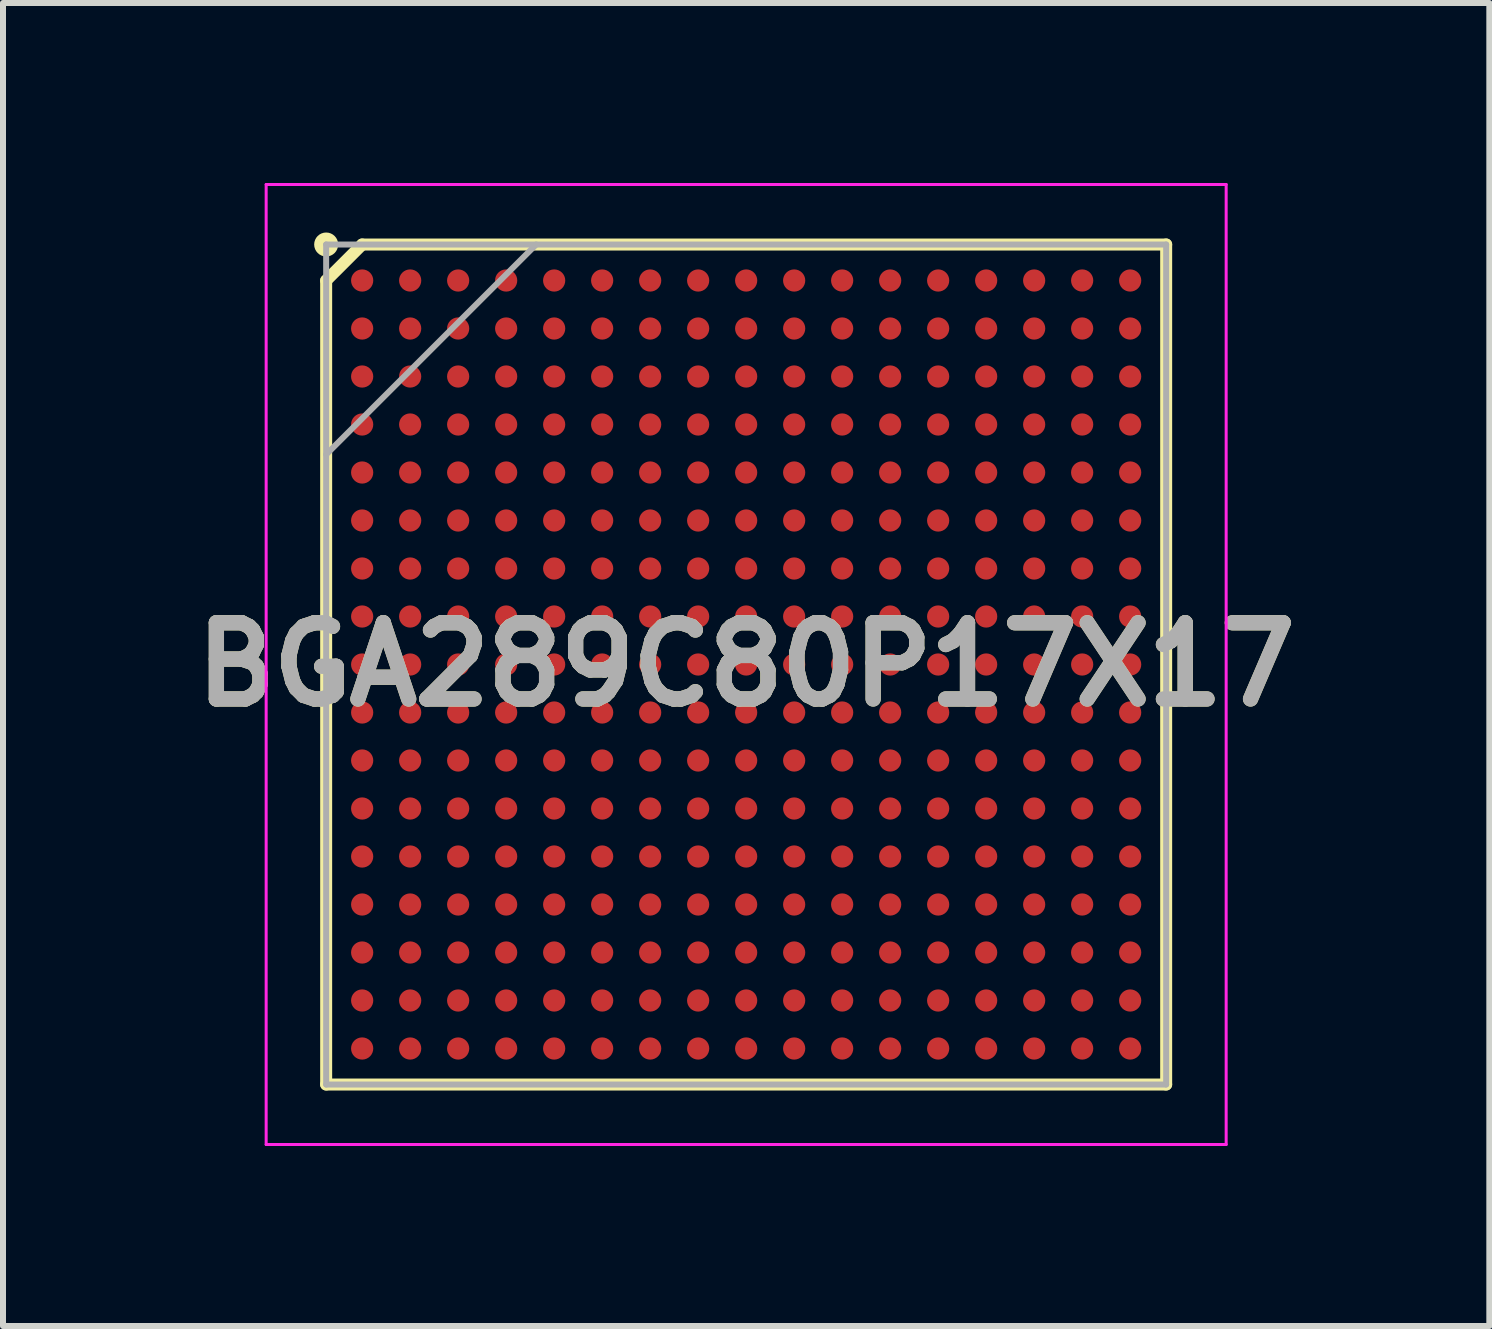
<source format=kicad_pcb>
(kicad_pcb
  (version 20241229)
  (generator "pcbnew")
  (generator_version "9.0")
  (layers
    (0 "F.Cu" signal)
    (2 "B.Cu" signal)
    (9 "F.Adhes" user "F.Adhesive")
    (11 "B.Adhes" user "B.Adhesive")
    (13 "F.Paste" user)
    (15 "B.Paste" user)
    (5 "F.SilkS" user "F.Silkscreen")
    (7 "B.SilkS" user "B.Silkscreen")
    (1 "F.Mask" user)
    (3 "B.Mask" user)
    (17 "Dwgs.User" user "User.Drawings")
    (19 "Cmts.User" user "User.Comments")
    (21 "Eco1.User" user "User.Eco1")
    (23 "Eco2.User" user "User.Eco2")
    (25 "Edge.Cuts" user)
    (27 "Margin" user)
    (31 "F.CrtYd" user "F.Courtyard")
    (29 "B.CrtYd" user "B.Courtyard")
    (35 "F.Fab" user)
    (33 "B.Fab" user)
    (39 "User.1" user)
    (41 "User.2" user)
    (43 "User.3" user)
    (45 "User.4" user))
  (footprint "BGA289C80P17X17"
    (layer "F.Cu")
    (at 9.386 8.025)
    (property "Reference" "BGA289C80P17X17" (at 0 0 0) (layer "F.SilkS") (effects (font (size 1.27 1.27) (thickness 0.254))))
    (attr smd)
    (fp_line (start -7 -6.4) (end -6.4 -7) (stroke (width 0.2) (type solid)) (layer "F.SilkS"))
    (fp_line (start -7 7) (end -7 -6.4) (stroke (width 0.2) (type solid)) (layer "F.SilkS"))
    (fp_line (start -6.4 -7) (end 7 -7) (stroke (width 0.2) (type solid)) (layer "F.SilkS"))
    (fp_line (start 7 -7) (end 7 7) (stroke (width 0.2) (type solid)) (layer "F.SilkS"))
    (fp_line (start 7 7) (end -7 7) (stroke (width 0.2) (type solid)) (layer "F.SilkS"))
    (fp_circle (center -7 -7) (end -7 -6.9) (stroke (width 0.2) (type solid)) (fill no) (layer "F.SilkS"))
    (fp_line (start -8 -8) (end 8 -8) (stroke (width 0.05) (type solid)) (layer "F.CrtYd"))
    (fp_line (start -8 8) (end -8 -8) (stroke (width 0.05) (type solid)) (layer "F.CrtYd"))
    (fp_line (start 8 -8) (end 8 8) (stroke (width 0.05) (type solid)) (layer "F.CrtYd"))
    (fp_line (start 8 8) (end -8 8) (stroke (width 0.05) (type solid)) (layer "F.CrtYd"))
    (fp_line (start -7 -7) (end 7 -7) (stroke (width 0.1) (type solid)) (layer "F.Fab"))
    (fp_line (start -7 -3.5) (end -3.5 -7) (stroke (width 0.1) (type solid)) (layer "F.Fab"))
    (fp_line (start -7 7) (end -7 -7) (stroke (width 0.1) (type solid)) (layer "F.Fab"))
    (fp_line (start 7 -7) (end 7 7) (stroke (width 0.1) (type solid)) (layer "F.Fab"))
    (fp_line (start 7 7) (end -7 7) (stroke (width 0.1) (type solid)) (layer "F.Fab"))
    (fp_text user "${REFERENCE}" (at 0 0 0) (layer "F.Fab") (effects (font (size 1.27 1.27) (thickness 0.254))))
    (pad "A1" smd circle (at -6.4 -6.4 90) (size 0.37 0.37) (layers "F.Cu" "F.Mask" "F.Paste"))
    (pad "A2" smd circle (at -5.6 -6.4 90) (size 0.37 0.37) (layers "F.Cu" "F.Mask" "F.Paste"))
    (pad "A3" smd circle (at -4.8 -6.4 90) (size 0.37 0.37) (layers "F.Cu" "F.Mask" "F.Paste"))
    (pad "A4" smd circle (at -4 -6.4 90) (size 0.37 0.37) (layers "F.Cu" "F.Mask" "F.Paste"))
    (pad "A5" smd circle (at -3.2 -6.4 90) (size 0.37 0.37) (layers "F.Cu" "F.Mask" "F.Paste"))
    (pad "A6" smd circle (at -2.4 -6.4 90) (size 0.37 0.37) (layers "F.Cu" "F.Mask" "F.Paste"))
    (pad "A7" smd circle (at -1.6 -6.4 90) (size 0.37 0.37) (layers "F.Cu" "F.Mask" "F.Paste"))
    (pad "A8" smd circle (at -0.8 -6.4 90) (size 0.37 0.37) (layers "F.Cu" "F.Mask" "F.Paste"))
    (pad "A9" smd circle (at 0 -6.4 90) (size 0.37 0.37) (layers "F.Cu" "F.Mask" "F.Paste"))
    (pad "A10" smd circle (at 0.8 -6.4 90) (size 0.37 0.37) (layers "F.Cu" "F.Mask" "F.Paste"))
    (pad "A11" smd circle (at 1.6 -6.4 90) (size 0.37 0.37) (layers "F.Cu" "F.Mask" "F.Paste"))
    (pad "A12" smd circle (at 2.4 -6.4 90) (size 0.37 0.37) (layers "F.Cu" "F.Mask" "F.Paste"))
    (pad "A13" smd circle (at 3.2 -6.4 90) (size 0.37 0.37) (layers "F.Cu" "F.Mask" "F.Paste"))
    (pad "A14" smd circle (at 4 -6.4 90) (size 0.37 0.37) (layers "F.Cu" "F.Mask" "F.Paste"))
    (pad "A15" smd circle (at 4.8 -6.4 90) (size 0.37 0.37) (layers "F.Cu" "F.Mask" "F.Paste"))
    (pad "A16" smd circle (at 5.6 -6.4 90) (size 0.37 0.37) (layers "F.Cu" "F.Mask" "F.Paste"))
    (pad "A17" smd circle (at 6.4 -6.4 90) (size 0.37 0.37) (layers "F.Cu" "F.Mask" "F.Paste"))
    (pad "B1" smd circle (at -6.4 -5.6 90) (size 0.37 0.37) (layers "F.Cu" "F.Mask" "F.Paste"))
    (pad "B2" smd circle (at -5.6 -5.6 90) (size 0.37 0.37) (layers "F.Cu" "F.Mask" "F.Paste"))
    (pad "B3" smd circle (at -4.8 -5.6 90) (size 0.37 0.37) (layers "F.Cu" "F.Mask" "F.Paste"))
    (pad "B4" smd circle (at -4 -5.6 90) (size 0.37 0.37) (layers "F.Cu" "F.Mask" "F.Paste"))
    (pad "B5" smd circle (at -3.2 -5.6 90) (size 0.37 0.37) (layers "F.Cu" "F.Mask" "F.Paste"))
    (pad "B6" smd circle (at -2.4 -5.6 90) (size 0.37 0.37) (layers "F.Cu" "F.Mask" "F.Paste"))
    (pad "B7" smd circle (at -1.6 -5.6 90) (size 0.37 0.37) (layers "F.Cu" "F.Mask" "F.Paste"))
    (pad "B8" smd circle (at -0.8 -5.6 90) (size 0.37 0.37) (layers "F.Cu" "F.Mask" "F.Paste"))
    (pad "B9" smd circle (at 0 -5.6 90) (size 0.37 0.37) (layers "F.Cu" "F.Mask" "F.Paste"))
    (pad "B10" smd circle (at 0.8 -5.6 90) (size 0.37 0.37) (layers "F.Cu" "F.Mask" "F.Paste"))
    (pad "B11" smd circle (at 1.6 -5.6 90) (size 0.37 0.37) (layers "F.Cu" "F.Mask" "F.Paste"))
    (pad "B12" smd circle (at 2.4 -5.6 90) (size 0.37 0.37) (layers "F.Cu" "F.Mask" "F.Paste"))
    (pad "B13" smd circle (at 3.2 -5.6 90) (size 0.37 0.37) (layers "F.Cu" "F.Mask" "F.Paste"))
    (pad "B14" smd circle (at 4 -5.6 90) (size 0.37 0.37) (layers "F.Cu" "F.Mask" "F.Paste"))
    (pad "B15" smd circle (at 4.8 -5.6 90) (size 0.37 0.37) (layers "F.Cu" "F.Mask" "F.Paste"))
    (pad "B16" smd circle (at 5.6 -5.6 90) (size 0.37 0.37) (layers "F.Cu" "F.Mask" "F.Paste"))
    (pad "B17" smd circle (at 6.4 -5.6 90) (size 0.37 0.37) (layers "F.Cu" "F.Mask" "F.Paste"))
    (pad "C1" smd circle (at -6.4 -4.8 90) (size 0.37 0.37) (layers "F.Cu" "F.Mask" "F.Paste"))
    (pad "C2" smd circle (at -5.6 -4.8 90) (size 0.37 0.37) (layers "F.Cu" "F.Mask" "F.Paste"))
    (pad "C3" smd circle (at -4.8 -4.8 90) (size 0.37 0.37) (layers "F.Cu" "F.Mask" "F.Paste"))
    (pad "C4" smd circle (at -4 -4.8 90) (size 0.37 0.37) (layers "F.Cu" "F.Mask" "F.Paste"))
    (pad "C5" smd circle (at -3.2 -4.8 90) (size 0.37 0.37) (layers "F.Cu" "F.Mask" "F.Paste"))
    (pad "C6" smd circle (at -2.4 -4.8 90) (size 0.37 0.37) (layers "F.Cu" "F.Mask" "F.Paste"))
    (pad "C7" smd circle (at -1.6 -4.8 90) (size 0.37 0.37) (layers "F.Cu" "F.Mask" "F.Paste"))
    (pad "C8" smd circle (at -0.8 -4.8 90) (size 0.37 0.37) (layers "F.Cu" "F.Mask" "F.Paste"))
    (pad "C9" smd circle (at 0 -4.8 90) (size 0.37 0.37) (layers "F.Cu" "F.Mask" "F.Paste"))
    (pad "C10" smd circle (at 0.8 -4.8 90) (size 0.37 0.37) (layers "F.Cu" "F.Mask" "F.Paste"))
    (pad "C11" smd circle (at 1.6 -4.8 90) (size 0.37 0.37) (layers "F.Cu" "F.Mask" "F.Paste"))
    (pad "C12" smd circle (at 2.4 -4.8 90) (size 0.37 0.37) (layers "F.Cu" "F.Mask" "F.Paste"))
    (pad "C13" smd circle (at 3.2 -4.8 90) (size 0.37 0.37) (layers "F.Cu" "F.Mask" "F.Paste"))
    (pad "C14" smd circle (at 4 -4.8 90) (size 0.37 0.37) (layers "F.Cu" "F.Mask" "F.Paste"))
    (pad "C15" smd circle (at 4.8 -4.8 90) (size 0.37 0.37) (layers "F.Cu" "F.Mask" "F.Paste"))
    (pad "C16" smd circle (at 5.6 -4.8 90) (size 0.37 0.37) (layers "F.Cu" "F.Mask" "F.Paste"))
    (pad "C17" smd circle (at 6.4 -4.8 90) (size 0.37 0.37) (layers "F.Cu" "F.Mask" "F.Paste"))
    (pad "D1" smd circle (at -6.4 -4 90) (size 0.37 0.37) (layers "F.Cu" "F.Mask" "F.Paste"))
    (pad "D2" smd circle (at -5.6 -4 90) (size 0.37 0.37) (layers "F.Cu" "F.Mask" "F.Paste"))
    (pad "D3" smd circle (at -4.8 -4 90) (size 0.37 0.37) (layers "F.Cu" "F.Mask" "F.Paste"))
    (pad "D4" smd circle (at -4 -4 90) (size 0.37 0.37) (layers "F.Cu" "F.Mask" "F.Paste"))
    (pad "D5" smd circle (at -3.2 -4 90) (size 0.37 0.37) (layers "F.Cu" "F.Mask" "F.Paste"))
    (pad "D6" smd circle (at -2.4 -4 90) (size 0.37 0.37) (layers "F.Cu" "F.Mask" "F.Paste"))
    (pad "D7" smd circle (at -1.6 -4 90) (size 0.37 0.37) (layers "F.Cu" "F.Mask" "F.Paste"))
    (pad "D8" smd circle (at -0.8 -4 90) (size 0.37 0.37) (layers "F.Cu" "F.Mask" "F.Paste"))
    (pad "D9" smd circle (at 0 -4 90) (size 0.37 0.37) (layers "F.Cu" "F.Mask" "F.Paste"))
    (pad "D10" smd circle (at 0.8 -4 90) (size 0.37 0.37) (layers "F.Cu" "F.Mask" "F.Paste"))
    (pad "D11" smd circle (at 1.6 -4 90) (size 0.37 0.37) (layers "F.Cu" "F.Mask" "F.Paste"))
    (pad "D12" smd circle (at 2.4 -4 90) (size 0.37 0.37) (layers "F.Cu" "F.Mask" "F.Paste"))
    (pad "D13" smd circle (at 3.2 -4 90) (size 0.37 0.37) (layers "F.Cu" "F.Mask" "F.Paste"))
    (pad "D14" smd circle (at 4 -4 90) (size 0.37 0.37) (layers "F.Cu" "F.Mask" "F.Paste"))
    (pad "D15" smd circle (at 4.8 -4 90) (size 0.37 0.37) (layers "F.Cu" "F.Mask" "F.Paste"))
    (pad "D16" smd circle (at 5.6 -4 90) (size 0.37 0.37) (layers "F.Cu" "F.Mask" "F.Paste"))
    (pad "D17" smd circle (at 6.4 -4 90) (size 0.37 0.37) (layers "F.Cu" "F.Mask" "F.Paste"))
    (pad "E1" smd circle (at -6.4 -3.2 90) (size 0.37 0.37) (layers "F.Cu" "F.Mask" "F.Paste"))
    (pad "E2" smd circle (at -5.6 -3.2 90) (size 0.37 0.37) (layers "F.Cu" "F.Mask" "F.Paste"))
    (pad "E3" smd circle (at -4.8 -3.2 90) (size 0.37 0.37) (layers "F.Cu" "F.Mask" "F.Paste"))
    (pad "E4" smd circle (at -4 -3.2 90) (size 0.37 0.37) (layers "F.Cu" "F.Mask" "F.Paste"))
    (pad "E5" smd circle (at -3.2 -3.2 90) (size 0.37 0.37) (layers "F.Cu" "F.Mask" "F.Paste"))
    (pad "E6" smd circle (at -2.4 -3.2 90) (size 0.37 0.37) (layers "F.Cu" "F.Mask" "F.Paste"))
    (pad "E7" smd circle (at -1.6 -3.2 90) (size 0.37 0.37) (layers "F.Cu" "F.Mask" "F.Paste"))
    (pad "E8" smd circle (at -0.8 -3.2 90) (size 0.37 0.37) (layers "F.Cu" "F.Mask" "F.Paste"))
    (pad "E9" smd circle (at 0 -3.2 90) (size 0.37 0.37) (layers "F.Cu" "F.Mask" "F.Paste"))
    (pad "E10" smd circle (at 0.8 -3.2 90) (size 0.37 0.37) (layers "F.Cu" "F.Mask" "F.Paste"))
    (pad "E11" smd circle (at 1.6 -3.2 90) (size 0.37 0.37) (layers "F.Cu" "F.Mask" "F.Paste"))
    (pad "E12" smd circle (at 2.4 -3.2 90) (size 0.37 0.37) (layers "F.Cu" "F.Mask" "F.Paste"))
    (pad "E13" smd circle (at 3.2 -3.2 90) (size 0.37 0.37) (layers "F.Cu" "F.Mask" "F.Paste"))
    (pad "E14" smd circle (at 4 -3.2 90) (size 0.37 0.37) (layers "F.Cu" "F.Mask" "F.Paste"))
    (pad "E15" smd circle (at 4.8 -3.2 90) (size 0.37 0.37) (layers "F.Cu" "F.Mask" "F.Paste"))
    (pad "E16" smd circle (at 5.6 -3.2 90) (size 0.37 0.37) (layers "F.Cu" "F.Mask" "F.Paste"))
    (pad "E17" smd circle (at 6.4 -3.2 90) (size 0.37 0.37) (layers "F.Cu" "F.Mask" "F.Paste"))
    (pad "F1" smd circle (at -6.4 -2.4 90) (size 0.37 0.37) (layers "F.Cu" "F.Mask" "F.Paste"))
    (pad "F2" smd circle (at -5.6 -2.4 90) (size 0.37 0.37) (layers "F.Cu" "F.Mask" "F.Paste"))
    (pad "F3" smd circle (at -4.8 -2.4 90) (size 0.37 0.37) (layers "F.Cu" "F.Mask" "F.Paste"))
    (pad "F4" smd circle (at -4 -2.4 90) (size 0.37 0.37) (layers "F.Cu" "F.Mask" "F.Paste"))
    (pad "F5" smd circle (at -3.2 -2.4 90) (size 0.37 0.37) (layers "F.Cu" "F.Mask" "F.Paste"))
    (pad "F6" smd circle (at -2.4 -2.4 90) (size 0.37 0.37) (layers "F.Cu" "F.Mask" "F.Paste"))
    (pad "F7" smd circle (at -1.6 -2.4 90) (size 0.37 0.37) (layers "F.Cu" "F.Mask" "F.Paste"))
    (pad "F8" smd circle (at -0.8 -2.4 90) (size 0.37 0.37) (layers "F.Cu" "F.Mask" "F.Paste"))
    (pad "F9" smd circle (at 0 -2.4 90) (size 0.37 0.37) (layers "F.Cu" "F.Mask" "F.Paste"))
    (pad "F10" smd circle (at 0.8 -2.4 90) (size 0.37 0.37) (layers "F.Cu" "F.Mask" "F.Paste"))
    (pad "F11" smd circle (at 1.6 -2.4 90) (size 0.37 0.37) (layers "F.Cu" "F.Mask" "F.Paste"))
    (pad "F12" smd circle (at 2.4 -2.4 90) (size 0.37 0.37) (layers "F.Cu" "F.Mask" "F.Paste"))
    (pad "F13" smd circle (at 3.2 -2.4 90) (size 0.37 0.37) (layers "F.Cu" "F.Mask" "F.Paste"))
    (pad "F14" smd circle (at 4 -2.4 90) (size 0.37 0.37) (layers "F.Cu" "F.Mask" "F.Paste"))
    (pad "F15" smd circle (at 4.8 -2.4 90) (size 0.37 0.37) (layers "F.Cu" "F.Mask" "F.Paste"))
    (pad "F16" smd circle (at 5.6 -2.4 90) (size 0.37 0.37) (layers "F.Cu" "F.Mask" "F.Paste"))
    (pad "F17" smd circle (at 6.4 -2.4 90) (size 0.37 0.37) (layers "F.Cu" "F.Mask" "F.Paste"))
    (pad "G1" smd circle (at -6.4 -1.6 90) (size 0.37 0.37) (layers "F.Cu" "F.Mask" "F.Paste"))
    (pad "G2" smd circle (at -5.6 -1.6 90) (size 0.37 0.37) (layers "F.Cu" "F.Mask" "F.Paste"))
    (pad "G3" smd circle (at -4.8 -1.6 90) (size 0.37 0.37) (layers "F.Cu" "F.Mask" "F.Paste"))
    (pad "G4" smd circle (at -4 -1.6 90) (size 0.37 0.37) (layers "F.Cu" "F.Mask" "F.Paste"))
    (pad "G5" smd circle (at -3.2 -1.6 90) (size 0.37 0.37) (layers "F.Cu" "F.Mask" "F.Paste"))
    (pad "G6" smd circle (at -2.4 -1.6 90) (size 0.37 0.37) (layers "F.Cu" "F.Mask" "F.Paste"))
    (pad "G7" smd circle (at -1.6 -1.6 90) (size 0.37 0.37) (layers "F.Cu" "F.Mask" "F.Paste"))
    (pad "G8" smd circle (at -0.8 -1.6 90) (size 0.37 0.37) (layers "F.Cu" "F.Mask" "F.Paste"))
    (pad "G9" smd circle (at 0 -1.6 90) (size 0.37 0.37) (layers "F.Cu" "F.Mask" "F.Paste"))
    (pad "G10" smd circle (at 0.8 -1.6 90) (size 0.37 0.37) (layers "F.Cu" "F.Mask" "F.Paste"))
    (pad "G11" smd circle (at 1.6 -1.6 90) (size 0.37 0.37) (layers "F.Cu" "F.Mask" "F.Paste"))
    (pad "G12" smd circle (at 2.4 -1.6 90) (size 0.37 0.37) (layers "F.Cu" "F.Mask" "F.Paste"))
    (pad "G13" smd circle (at 3.2 -1.6 90) (size 0.37 0.37) (layers "F.Cu" "F.Mask" "F.Paste"))
    (pad "G14" smd circle (at 4 -1.6 90) (size 0.37 0.37) (layers "F.Cu" "F.Mask" "F.Paste"))
    (pad "G15" smd circle (at 4.8 -1.6 90) (size 0.37 0.37) (layers "F.Cu" "F.Mask" "F.Paste"))
    (pad "G16" smd circle (at 5.6 -1.6 90) (size 0.37 0.37) (layers "F.Cu" "F.Mask" "F.Paste"))
    (pad "G17" smd circle (at 6.4 -1.6 90) (size 0.37 0.37) (layers "F.Cu" "F.Mask" "F.Paste"))
    (pad "H1" smd circle (at -6.4 -0.8 90) (size 0.37 0.37) (layers "F.Cu" "F.Mask" "F.Paste"))
    (pad "H2" smd circle (at -5.6 -0.8 90) (size 0.37 0.37) (layers "F.Cu" "F.Mask" "F.Paste"))
    (pad "H3" smd circle (at -4.8 -0.8 90) (size 0.37 0.37) (layers "F.Cu" "F.Mask" "F.Paste"))
    (pad "H4" smd circle (at -4 -0.8 90) (size 0.37 0.37) (layers "F.Cu" "F.Mask" "F.Paste"))
    (pad "H5" smd circle (at -3.2 -0.8 90) (size 0.37 0.37) (layers "F.Cu" "F.Mask" "F.Paste"))
    (pad "H6" smd circle (at -2.4 -0.8 90) (size 0.37 0.37) (layers "F.Cu" "F.Mask" "F.Paste"))
    (pad "H7" smd circle (at -1.6 -0.8 90) (size 0.37 0.37) (layers "F.Cu" "F.Mask" "F.Paste"))
    (pad "H8" smd circle (at -0.8 -0.8 90) (size 0.37 0.37) (layers "F.Cu" "F.Mask" "F.Paste"))
    (pad "H9" smd circle (at 0 -0.8 90) (size 0.37 0.37) (layers "F.Cu" "F.Mask" "F.Paste"))
    (pad "H10" smd circle (at 0.8 -0.8 90) (size 0.37 0.37) (layers "F.Cu" "F.Mask" "F.Paste"))
    (pad "H11" smd circle (at 1.6 -0.8 90) (size 0.37 0.37) (layers "F.Cu" "F.Mask" "F.Paste"))
    (pad "H12" smd circle (at 2.4 -0.8 90) (size 0.37 0.37) (layers "F.Cu" "F.Mask" "F.Paste"))
    (pad "H13" smd circle (at 3.2 -0.8 90) (size 0.37 0.37) (layers "F.Cu" "F.Mask" "F.Paste"))
    (pad "H14" smd circle (at 4 -0.8 90) (size 0.37 0.37) (layers "F.Cu" "F.Mask" "F.Paste"))
    (pad "H15" smd circle (at 4.8 -0.8 90) (size 0.37 0.37) (layers "F.Cu" "F.Mask" "F.Paste"))
    (pad "H16" smd circle (at 5.6 -0.8 90) (size 0.37 0.37) (layers "F.Cu" "F.Mask" "F.Paste"))
    (pad "H17" smd circle (at 6.4 -0.8 90) (size 0.37 0.37) (layers "F.Cu" "F.Mask" "F.Paste"))
    (pad "J1" smd circle (at -6.4 0 90) (size 0.37 0.37) (layers "F.Cu" "F.Mask" "F.Paste"))
    (pad "J2" smd circle (at -5.6 0 90) (size 0.37 0.37) (layers "F.Cu" "F.Mask" "F.Paste"))
    (pad "J3" smd circle (at -4.8 0 90) (size 0.37 0.37) (layers "F.Cu" "F.Mask" "F.Paste"))
    (pad "J4" smd circle (at -4 0 90) (size 0.37 0.37) (layers "F.Cu" "F.Mask" "F.Paste"))
    (pad "J5" smd circle (at -3.2 0 90) (size 0.37 0.37) (layers "F.Cu" "F.Mask" "F.Paste"))
    (pad "J6" smd circle (at -2.4 0 90) (size 0.37 0.37) (layers "F.Cu" "F.Mask" "F.Paste"))
    (pad "J7" smd circle (at -1.6 0 90) (size 0.37 0.37) (layers "F.Cu" "F.Mask" "F.Paste"))
    (pad "J8" smd circle (at -0.8 0 90) (size 0.37 0.37) (layers "F.Cu" "F.Mask" "F.Paste"))
    (pad "J9" smd circle (at 0 0 90) (size 0.37 0.37) (layers "F.Cu" "F.Mask" "F.Paste"))
    (pad "J10" smd circle (at 0.8 0 90) (size 0.37 0.37) (layers "F.Cu" "F.Mask" "F.Paste"))
    (pad "J11" smd circle (at 1.6 0 90) (size 0.37 0.37) (layers "F.Cu" "F.Mask" "F.Paste"))
    (pad "J12" smd circle (at 2.4 0 90) (size 0.37 0.37) (layers "F.Cu" "F.Mask" "F.Paste"))
    (pad "J13" smd circle (at 3.2 0 90) (size 0.37 0.37) (layers "F.Cu" "F.Mask" "F.Paste"))
    (pad "J14" smd circle (at 4 0 90) (size 0.37 0.37) (layers "F.Cu" "F.Mask" "F.Paste"))
    (pad "J15" smd circle (at 4.8 0 90) (size 0.37 0.37) (layers "F.Cu" "F.Mask" "F.Paste"))
    (pad "J16" smd circle (at 5.6 0 90) (size 0.37 0.37) (layers "F.Cu" "F.Mask" "F.Paste"))
    (pad "J17" smd circle (at 6.4 0 90) (size 0.37 0.37) (layers "F.Cu" "F.Mask" "F.Paste"))
    (pad "K1" smd circle (at -6.4 0.8 90) (size 0.37 0.37) (layers "F.Cu" "F.Mask" "F.Paste"))
    (pad "K2" smd circle (at -5.6 0.8 90) (size 0.37 0.37) (layers "F.Cu" "F.Mask" "F.Paste"))
    (pad "K3" smd circle (at -4.8 0.8 90) (size 0.37 0.37) (layers "F.Cu" "F.Mask" "F.Paste"))
    (pad "K4" smd circle (at -4 0.8 90) (size 0.37 0.37) (layers "F.Cu" "F.Mask" "F.Paste"))
    (pad "K5" smd circle (at -3.2 0.8 90) (size 0.37 0.37) (layers "F.Cu" "F.Mask" "F.Paste"))
    (pad "K6" smd circle (at -2.4 0.8 90) (size 0.37 0.37) (layers "F.Cu" "F.Mask" "F.Paste"))
    (pad "K7" smd circle (at -1.6 0.8 90) (size 0.37 0.37) (layers "F.Cu" "F.Mask" "F.Paste"))
    (pad "K8" smd circle (at -0.8 0.8 90) (size 0.37 0.37) (layers "F.Cu" "F.Mask" "F.Paste"))
    (pad "K9" smd circle (at 0 0.8 90) (size 0.37 0.37) (layers "F.Cu" "F.Mask" "F.Paste"))
    (pad "K10" smd circle (at 0.8 0.8 90) (size 0.37 0.37) (layers "F.Cu" "F.Mask" "F.Paste"))
    (pad "K11" smd circle (at 1.6 0.8 90) (size 0.37 0.37) (layers "F.Cu" "F.Mask" "F.Paste"))
    (pad "K12" smd circle (at 2.4 0.8 90) (size 0.37 0.37) (layers "F.Cu" "F.Mask" "F.Paste"))
    (pad "K13" smd circle (at 3.2 0.8 90) (size 0.37 0.37) (layers "F.Cu" "F.Mask" "F.Paste"))
    (pad "K14" smd circle (at 4 0.8 90) (size 0.37 0.37) (layers "F.Cu" "F.Mask" "F.Paste"))
    (pad "K15" smd circle (at 4.8 0.8 90) (size 0.37 0.37) (layers "F.Cu" "F.Mask" "F.Paste"))
    (pad "K16" smd circle (at 5.6 0.8 90) (size 0.37 0.37) (layers "F.Cu" "F.Mask" "F.Paste"))
    (pad "K17" smd circle (at 6.4 0.8 90) (size 0.37 0.37) (layers "F.Cu" "F.Mask" "F.Paste"))
    (pad "L1" smd circle (at -6.4 1.6 90) (size 0.37 0.37) (layers "F.Cu" "F.Mask" "F.Paste"))
    (pad "L2" smd circle (at -5.6 1.6 90) (size 0.37 0.37) (layers "F.Cu" "F.Mask" "F.Paste"))
    (pad "L3" smd circle (at -4.8 1.6 90) (size 0.37 0.37) (layers "F.Cu" "F.Mask" "F.Paste"))
    (pad "L4" smd circle (at -4 1.6 90) (size 0.37 0.37) (layers "F.Cu" "F.Mask" "F.Paste"))
    (pad "L5" smd circle (at -3.2 1.6 90) (size 0.37 0.37) (layers "F.Cu" "F.Mask" "F.Paste"))
    (pad "L6" smd circle (at -2.4 1.6 90) (size 0.37 0.37) (layers "F.Cu" "F.Mask" "F.Paste"))
    (pad "L7" smd circle (at -1.6 1.6 90) (size 0.37 0.37) (layers "F.Cu" "F.Mask" "F.Paste"))
    (pad "L8" smd circle (at -0.8 1.6 90) (size 0.37 0.37) (layers "F.Cu" "F.Mask" "F.Paste"))
    (pad "L9" smd circle (at 0 1.6 90) (size 0.37 0.37) (layers "F.Cu" "F.Mask" "F.Paste"))
    (pad "L10" smd circle (at 0.8 1.6 90) (size 0.37 0.37) (layers "F.Cu" "F.Mask" "F.Paste"))
    (pad "L11" smd circle (at 1.6 1.6 90) (size 0.37 0.37) (layers "F.Cu" "F.Mask" "F.Paste"))
    (pad "L12" smd circle (at 2.4 1.6 90) (size 0.37 0.37) (layers "F.Cu" "F.Mask" "F.Paste"))
    (pad "L13" smd circle (at 3.2 1.6 90) (size 0.37 0.37) (layers "F.Cu" "F.Mask" "F.Paste"))
    (pad "L14" smd circle (at 4 1.6 90) (size 0.37 0.37) (layers "F.Cu" "F.Mask" "F.Paste"))
    (pad "L15" smd circle (at 4.8 1.6 90) (size 0.37 0.37) (layers "F.Cu" "F.Mask" "F.Paste"))
    (pad "L16" smd circle (at 5.6 1.6 90) (size 0.37 0.37) (layers "F.Cu" "F.Mask" "F.Paste"))
    (pad "L17" smd circle (at 6.4 1.6 90) (size 0.37 0.37) (layers "F.Cu" "F.Mask" "F.Paste"))
    (pad "M1" smd circle (at -6.4 2.4 90) (size 0.37 0.37) (layers "F.Cu" "F.Mask" "F.Paste"))
    (pad "M2" smd circle (at -5.6 2.4 90) (size 0.37 0.37) (layers "F.Cu" "F.Mask" "F.Paste"))
    (pad "M3" smd circle (at -4.8 2.4 90) (size 0.37 0.37) (layers "F.Cu" "F.Mask" "F.Paste"))
    (pad "M4" smd circle (at -4 2.4 90) (size 0.37 0.37) (layers "F.Cu" "F.Mask" "F.Paste"))
    (pad "M5" smd circle (at -3.2 2.4 90) (size 0.37 0.37) (layers "F.Cu" "F.Mask" "F.Paste"))
    (pad "M6" smd circle (at -2.4 2.4 90) (size 0.37 0.37) (layers "F.Cu" "F.Mask" "F.Paste"))
    (pad "M7" smd circle (at -1.6 2.4 90) (size 0.37 0.37) (layers "F.Cu" "F.Mask" "F.Paste"))
    (pad "M8" smd circle (at -0.8 2.4 90) (size 0.37 0.37) (layers "F.Cu" "F.Mask" "F.Paste"))
    (pad "M9" smd circle (at 0 2.4 90) (size 0.37 0.37) (layers "F.Cu" "F.Mask" "F.Paste"))
    (pad "M10" smd circle (at 0.8 2.4 90) (size 0.37 0.37) (layers "F.Cu" "F.Mask" "F.Paste"))
    (pad "M11" smd circle (at 1.6 2.4 90) (size 0.37 0.37) (layers "F.Cu" "F.Mask" "F.Paste"))
    (pad "M12" smd circle (at 2.4 2.4 90) (size 0.37 0.37) (layers "F.Cu" "F.Mask" "F.Paste"))
    (pad "M13" smd circle (at 3.2 2.4 90) (size 0.37 0.37) (layers "F.Cu" "F.Mask" "F.Paste"))
    (pad "M14" smd circle (at 4 2.4 90) (size 0.37 0.37) (layers "F.Cu" "F.Mask" "F.Paste"))
    (pad "M15" smd circle (at 4.8 2.4 90) (size 0.37 0.37) (layers "F.Cu" "F.Mask" "F.Paste"))
    (pad "M16" smd circle (at 5.6 2.4 90) (size 0.37 0.37) (layers "F.Cu" "F.Mask" "F.Paste"))
    (pad "M17" smd circle (at 6.4 2.4 90) (size 0.37 0.37) (layers "F.Cu" "F.Mask" "F.Paste"))
    (pad "N1" smd circle (at -6.4 3.2 90) (size 0.37 0.37) (layers "F.Cu" "F.Mask" "F.Paste"))
    (pad "N2" smd circle (at -5.6 3.2 90) (size 0.37 0.37) (layers "F.Cu" "F.Mask" "F.Paste"))
    (pad "N3" smd circle (at -4.8 3.2 90) (size 0.37 0.37) (layers "F.Cu" "F.Mask" "F.Paste"))
    (pad "N4" smd circle (at -4 3.2 90) (size 0.37 0.37) (layers "F.Cu" "F.Mask" "F.Paste"))
    (pad "N5" smd circle (at -3.2 3.2 90) (size 0.37 0.37) (layers "F.Cu" "F.Mask" "F.Paste"))
    (pad "N6" smd circle (at -2.4 3.2 90) (size 0.37 0.37) (layers "F.Cu" "F.Mask" "F.Paste"))
    (pad "N7" smd circle (at -1.6 3.2 90) (size 0.37 0.37) (layers "F.Cu" "F.Mask" "F.Paste"))
    (pad "N8" smd circle (at -0.8 3.2 90) (size 0.37 0.37) (layers "F.Cu" "F.Mask" "F.Paste"))
    (pad "N9" smd circle (at 0 3.2 90) (size 0.37 0.37) (layers "F.Cu" "F.Mask" "F.Paste"))
    (pad "N10" smd circle (at 0.8 3.2 90) (size 0.37 0.37) (layers "F.Cu" "F.Mask" "F.Paste"))
    (pad "N11" smd circle (at 1.6 3.2 90) (size 0.37 0.37) (layers "F.Cu" "F.Mask" "F.Paste"))
    (pad "N12" smd circle (at 2.4 3.2 90) (size 0.37 0.37) (layers "F.Cu" "F.Mask" "F.Paste"))
    (pad "N13" smd circle (at 3.2 3.2 90) (size 0.37 0.37) (layers "F.Cu" "F.Mask" "F.Paste"))
    (pad "N14" smd circle (at 4 3.2 90) (size 0.37 0.37) (layers "F.Cu" "F.Mask" "F.Paste"))
    (pad "N15" smd circle (at 4.8 3.2 90) (size 0.37 0.37) (layers "F.Cu" "F.Mask" "F.Paste"))
    (pad "N16" smd circle (at 5.6 3.2 90) (size 0.37 0.37) (layers "F.Cu" "F.Mask" "F.Paste"))
    (pad "N17" smd circle (at 6.4 3.2 90) (size 0.37 0.37) (layers "F.Cu" "F.Mask" "F.Paste"))
    (pad "P1" smd circle (at -6.4 4 90) (size 0.37 0.37) (layers "F.Cu" "F.Mask" "F.Paste"))
    (pad "P2" smd circle (at -5.6 4 90) (size 0.37 0.37) (layers "F.Cu" "F.Mask" "F.Paste"))
    (pad "P3" smd circle (at -4.8 4 90) (size 0.37 0.37) (layers "F.Cu" "F.Mask" "F.Paste"))
    (pad "P4" smd circle (at -4 4 90) (size 0.37 0.37) (layers "F.Cu" "F.Mask" "F.Paste"))
    (pad "P5" smd circle (at -3.2 4 90) (size 0.37 0.37) (layers "F.Cu" "F.Mask" "F.Paste"))
    (pad "P6" smd circle (at -2.4 4 90) (size 0.37 0.37) (layers "F.Cu" "F.Mask" "F.Paste"))
    (pad "P7" smd circle (at -1.6 4 90) (size 0.37 0.37) (layers "F.Cu" "F.Mask" "F.Paste"))
    (pad "P8" smd circle (at -0.8 4 90) (size 0.37 0.37) (layers "F.Cu" "F.Mask" "F.Paste"))
    (pad "P9" smd circle (at 0 4 90) (size 0.37 0.37) (layers "F.Cu" "F.Mask" "F.Paste"))
    (pad "P10" smd circle (at 0.8 4 90) (size 0.37 0.37) (layers "F.Cu" "F.Mask" "F.Paste"))
    (pad "P11" smd circle (at 1.6 4 90) (size 0.37 0.37) (layers "F.Cu" "F.Mask" "F.Paste"))
    (pad "P12" smd circle (at 2.4 4 90) (size 0.37 0.37) (layers "F.Cu" "F.Mask" "F.Paste"))
    (pad "P13" smd circle (at 3.2 4 90) (size 0.37 0.37) (layers "F.Cu" "F.Mask" "F.Paste"))
    (pad "P14" smd circle (at 4 4 90) (size 0.37 0.37) (layers "F.Cu" "F.Mask" "F.Paste"))
    (pad "P15" smd circle (at 4.8 4 90) (size 0.37 0.37) (layers "F.Cu" "F.Mask" "F.Paste"))
    (pad "P16" smd circle (at 5.6 4 90) (size 0.37 0.37) (layers "F.Cu" "F.Mask" "F.Paste"))
    (pad "P17" smd circle (at 6.4 4 90) (size 0.37 0.37) (layers "F.Cu" "F.Mask" "F.Paste"))
    (pad "R1" smd circle (at -6.4 4.8 90) (size 0.37 0.37) (layers "F.Cu" "F.Mask" "F.Paste"))
    (pad "R2" smd circle (at -5.6 4.8 90) (size 0.37 0.37) (layers "F.Cu" "F.Mask" "F.Paste"))
    (pad "R3" smd circle (at -4.8 4.8 90) (size 0.37 0.37) (layers "F.Cu" "F.Mask" "F.Paste"))
    (pad "R4" smd circle (at -4 4.8 90) (size 0.37 0.37) (layers "F.Cu" "F.Mask" "F.Paste"))
    (pad "R5" smd circle (at -3.2 4.8 90) (size 0.37 0.37) (layers "F.Cu" "F.Mask" "F.Paste"))
    (pad "R6" smd circle (at -2.4 4.8 90) (size 0.37 0.37) (layers "F.Cu" "F.Mask" "F.Paste"))
    (pad "R7" smd circle (at -1.6 4.8 90) (size 0.37 0.37) (layers "F.Cu" "F.Mask" "F.Paste"))
    (pad "R8" smd circle (at -0.8 4.8 90) (size 0.37 0.37) (layers "F.Cu" "F.Mask" "F.Paste"))
    (pad "R9" smd circle (at 0 4.8 90) (size 0.37 0.37) (layers "F.Cu" "F.Mask" "F.Paste"))
    (pad "R10" smd circle (at 0.8 4.8 90) (size 0.37 0.37) (layers "F.Cu" "F.Mask" "F.Paste"))
    (pad "R11" smd circle (at 1.6 4.8 90) (size 0.37 0.37) (layers "F.Cu" "F.Mask" "F.Paste"))
    (pad "R12" smd circle (at 2.4 4.8 90) (size 0.37 0.37) (layers "F.Cu" "F.Mask" "F.Paste"))
    (pad "R13" smd circle (at 3.2 4.8 90) (size 0.37 0.37) (layers "F.Cu" "F.Mask" "F.Paste"))
    (pad "R14" smd circle (at 4 4.8 90) (size 0.37 0.37) (layers "F.Cu" "F.Mask" "F.Paste"))
    (pad "R15" smd circle (at 4.8 4.8 90) (size 0.37 0.37) (layers "F.Cu" "F.Mask" "F.Paste"))
    (pad "R16" smd circle (at 5.6 4.8 90) (size 0.37 0.37) (layers "F.Cu" "F.Mask" "F.Paste"))
    (pad "R17" smd circle (at 6.4 4.8 90) (size 0.37 0.37) (layers "F.Cu" "F.Mask" "F.Paste"))
    (pad "T1" smd circle (at -6.4 5.6 90) (size 0.37 0.37) (layers "F.Cu" "F.Mask" "F.Paste"))
    (pad "T2" smd circle (at -5.6 5.6 90) (size 0.37 0.37) (layers "F.Cu" "F.Mask" "F.Paste"))
    (pad "T3" smd circle (at -4.8 5.6 90) (size 0.37 0.37) (layers "F.Cu" "F.Mask" "F.Paste"))
    (pad "T4" smd circle (at -4 5.6 90) (size 0.37 0.37) (layers "F.Cu" "F.Mask" "F.Paste"))
    (pad "T5" smd circle (at -3.2 5.6 90) (size 0.37 0.37) (layers "F.Cu" "F.Mask" "F.Paste"))
    (pad "T6" smd circle (at -2.4 5.6 90) (size 0.37 0.37) (layers "F.Cu" "F.Mask" "F.Paste"))
    (pad "T7" smd circle (at -1.6 5.6 90) (size 0.37 0.37) (layers "F.Cu" "F.Mask" "F.Paste"))
    (pad "T8" smd circle (at -0.8 5.6 90) (size 0.37 0.37) (layers "F.Cu" "F.Mask" "F.Paste"))
    (pad "T9" smd circle (at 0 5.6 90) (size 0.37 0.37) (layers "F.Cu" "F.Mask" "F.Paste"))
    (pad "T10" smd circle (at 0.8 5.6 90) (size 0.37 0.37) (layers "F.Cu" "F.Mask" "F.Paste"))
    (pad "T11" smd circle (at 1.6 5.6 90) (size 0.37 0.37) (layers "F.Cu" "F.Mask" "F.Paste"))
    (pad "T12" smd circle (at 2.4 5.6 90) (size 0.37 0.37) (layers "F.Cu" "F.Mask" "F.Paste"))
    (pad "T13" smd circle (at 3.2 5.6 90) (size 0.37 0.37) (layers "F.Cu" "F.Mask" "F.Paste"))
    (pad "T14" smd circle (at 4 5.6 90) (size 0.37 0.37) (layers "F.Cu" "F.Mask" "F.Paste"))
    (pad "T15" smd circle (at 4.8 5.6 90) (size 0.37 0.37) (layers "F.Cu" "F.Mask" "F.Paste"))
    (pad "T16" smd circle (at 5.6 5.6 90) (size 0.37 0.37) (layers "F.Cu" "F.Mask" "F.Paste"))
    (pad "T17" smd circle (at 6.4 5.6 90) (size 0.37 0.37) (layers "F.Cu" "F.Mask" "F.Paste"))
    (pad "U1" smd circle (at -6.4 6.4 90) (size 0.37 0.37) (layers "F.Cu" "F.Mask" "F.Paste"))
    (pad "U2" smd circle (at -5.6 6.4 90) (size 0.37 0.37) (layers "F.Cu" "F.Mask" "F.Paste"))
    (pad "U3" smd circle (at -4.8 6.4 90) (size 0.37 0.37) (layers "F.Cu" "F.Mask" "F.Paste"))
    (pad "U4" smd circle (at -4 6.4 90) (size 0.37 0.37) (layers "F.Cu" "F.Mask" "F.Paste"))
    (pad "U5" smd circle (at -3.2 6.4 90) (size 0.37 0.37) (layers "F.Cu" "F.Mask" "F.Paste"))
    (pad "U6" smd circle (at -2.4 6.4 90) (size 0.37 0.37) (layers "F.Cu" "F.Mask" "F.Paste"))
    (pad "U7" smd circle (at -1.6 6.4 90) (size 0.37 0.37) (layers "F.Cu" "F.Mask" "F.Paste"))
    (pad "U8" smd circle (at -0.8 6.4 90) (size 0.37 0.37) (layers "F.Cu" "F.Mask" "F.Paste"))
    (pad "U9" smd circle (at 0 6.4 90) (size 0.37 0.37) (layers "F.Cu" "F.Mask" "F.Paste"))
    (pad "U10" smd circle (at 0.8 6.4 90) (size 0.37 0.37) (layers "F.Cu" "F.Mask" "F.Paste"))
    (pad "U11" smd circle (at 1.6 6.4 90) (size 0.37 0.37) (layers "F.Cu" "F.Mask" "F.Paste"))
    (pad "U12" smd circle (at 2.4 6.4 90) (size 0.37 0.37) (layers "F.Cu" "F.Mask" "F.Paste"))
    (pad "U13" smd circle (at 3.2 6.4 90) (size 0.37 0.37) (layers "F.Cu" "F.Mask" "F.Paste"))
    (pad "U14" smd circle (at 4 6.4 90) (size 0.37 0.37) (layers "F.Cu" "F.Mask" "F.Paste"))
    (pad "U15" smd circle (at 4.8 6.4 90) (size 0.37 0.37) (layers "F.Cu" "F.Mask" "F.Paste"))
    (pad "U16" smd circle (at 5.6 6.4 90) (size 0.37 0.37) (layers "F.Cu" "F.Mask" "F.Paste"))
    (pad "U17" smd circle (at 6.4 6.4 90) (size 0.37 0.37) (layers "F.Cu" "F.Mask" "F.Paste")))
  (gr_rect
    (start -3 -3)
    (end 21.772 19.05)
    (stroke (width 0.1) (type default))
    (fill no)
    (layer "Edge.Cuts")))
</source>
